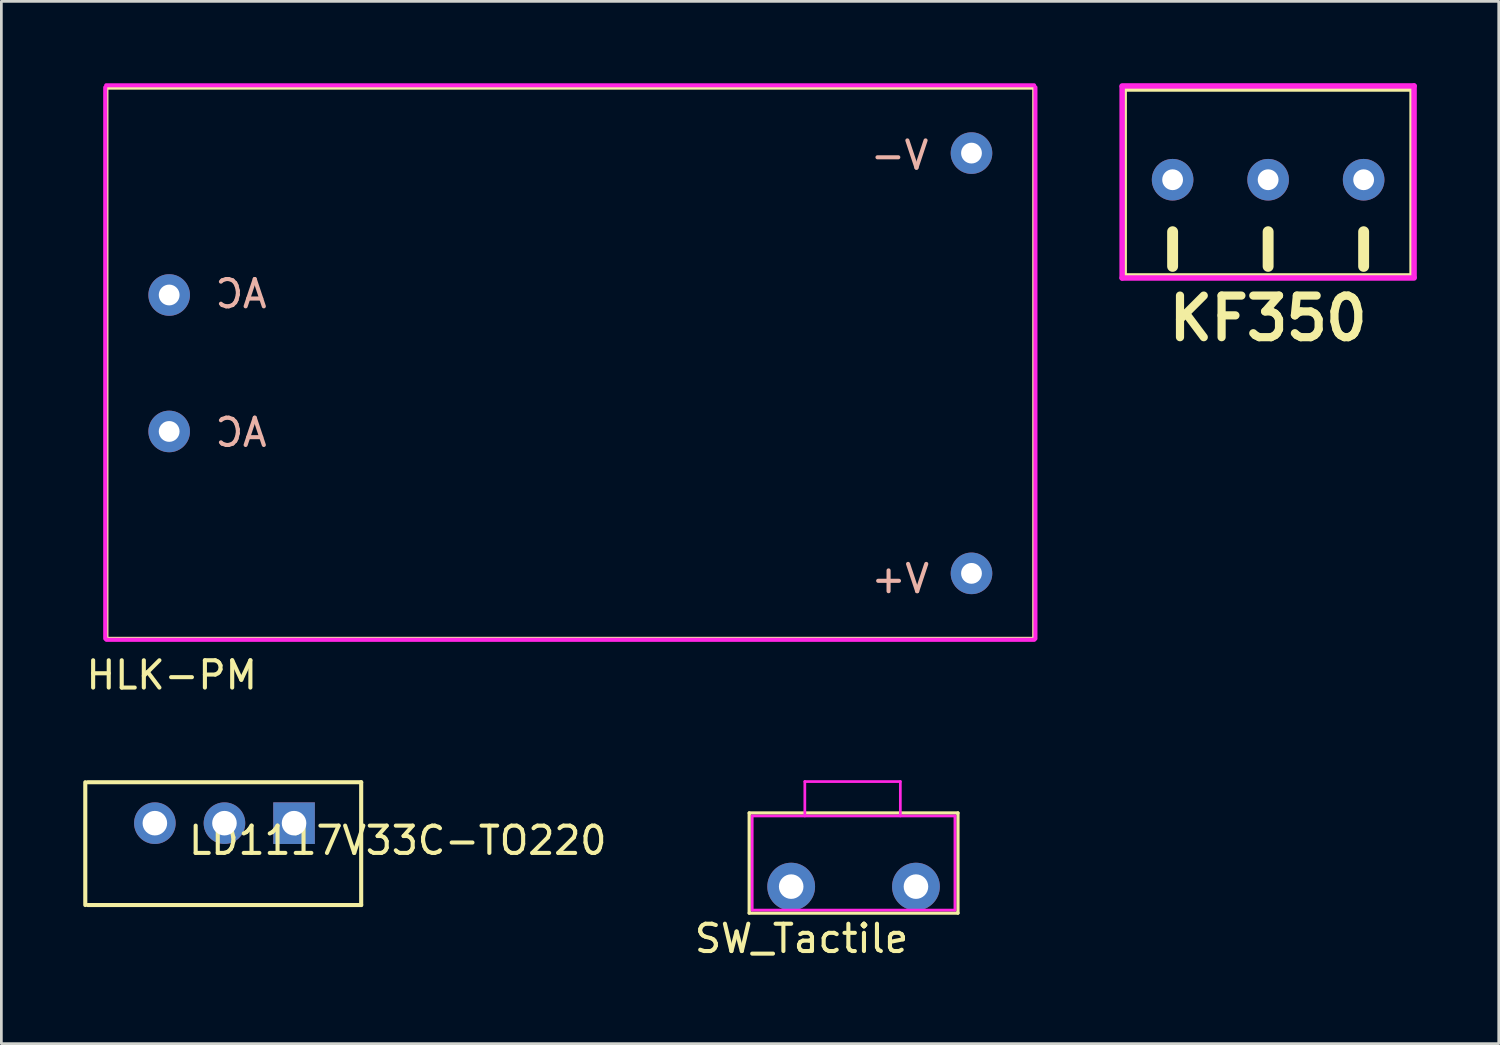
<source format=kicad_pcb>
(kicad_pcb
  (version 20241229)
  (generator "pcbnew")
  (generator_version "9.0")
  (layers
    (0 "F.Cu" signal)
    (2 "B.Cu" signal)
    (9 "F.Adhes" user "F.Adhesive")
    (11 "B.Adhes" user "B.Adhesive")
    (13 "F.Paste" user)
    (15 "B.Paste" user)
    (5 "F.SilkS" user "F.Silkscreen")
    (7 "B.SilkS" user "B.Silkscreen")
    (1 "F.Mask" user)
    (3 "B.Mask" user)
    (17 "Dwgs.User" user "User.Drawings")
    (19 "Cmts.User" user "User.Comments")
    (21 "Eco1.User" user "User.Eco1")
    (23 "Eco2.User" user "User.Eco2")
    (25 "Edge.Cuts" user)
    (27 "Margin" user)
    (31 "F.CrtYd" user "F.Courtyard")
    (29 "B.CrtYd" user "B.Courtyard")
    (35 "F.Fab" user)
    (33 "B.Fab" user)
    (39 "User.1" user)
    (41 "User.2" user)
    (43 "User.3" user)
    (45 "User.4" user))
  (footprint "HLK-PM"
    (layer "F.Cu")
    (at 17.849 10.26)
    (property "Reference" "HLK-PM" (at -14.605 11.43 0) (layer "F.SilkS") (effects (font (size 1 1) (thickness 0.15))))
    (attr through_hole)
    (fp_line (start -17 -10.1) (end 17 -10.1) (stroke (width 0.15) (type solid)) (layer "F.SilkS"))
    (fp_line (start -17 10.1) (end -17 -10.1) (stroke (width 0.15) (type solid)) (layer "F.SilkS"))
    (fp_line (start -17 10.1) (end 17 10.1) (stroke (width 0.15) (type solid)) (layer "F.SilkS"))
    (fp_line (start 17 10.1) (end 17 -10.1) (stroke (width 0.15) (type solid)) (layer "F.SilkS"))
    (fp_line (start -17.043 10.091) (end -17.043 -10.109) (stroke (width 0.15) (type solid)) (layer "F.CrtYd"))
    (fp_line (start -17.007 -10.185) (end 16.993 -10.185) (stroke (width 0.15) (type solid)) (layer "F.CrtYd"))
    (fp_line (start -17 10.135) (end 17 10.135) (stroke (width 0.15) (type solid)) (layer "F.CrtYd"))
    (fp_line (start 17.043 10.091) (end 17.043 -10.109) (stroke (width 0.15) (type solid)) (layer "F.CrtYd"))
    (fp_text user "V+" (at 12.09 7.899 0) (layer "B.SilkS") (effects (font (size 1 1) (thickness 0.15)) (justify mirror)))
    (fp_text user "AC" (at -12.065 -2.54 0) (layer "B.SilkS") (effects (font (size 1 1) (thickness 0.15)) (justify mirror)))
    (fp_text user "V-" (at 12.065 -7.62 0) (layer "B.SilkS") (effects (font (size 1 1) (thickness 0.15)) (justify mirror)))
    (fp_text user "AC" (at -12.065 2.54 0) (layer "B.SilkS") (effects (font (size 1 1) (thickness 0.15)) (justify mirror)))
    (pad "1" thru_hole circle (at -14.7 -2.5) (size 1.524 1.524) (drill 0.762) (layers "*.Cu" "*.Mask"))
    (pad "2" thru_hole circle (at -14.7 2.5) (size 1.524 1.524) (drill 0.762) (layers "*.Cu" "*.Mask"))
    (pad "3" thru_hole circle (at 14.7 -7.7) (size 1.524 1.524) (drill 0.762) (layers "*.Cu" "*.Mask"))
    (pad "4" thru_hole circle (at 14.7 7.7) (size 1.524 1.524) (drill 0.762) (layers "*.Cu" "*.Mask")))
  (footprint "LD1117V33C-TO220"
    (layer "F.Cu")
    (at 5.175 27.114)
    (property "Reference" "LD1117V33C-TO220" (at 6.35 0.635 0) (layer "F.SilkS") (effects (font (size 1 1) (thickness 0.15))))
    (attr through_hole)
    (fp_line (start -5.1 3) (end -5.1 -1.5) (stroke (width 0.15) (type solid)) (layer "F.SilkS"))
    (fp_line (start 5.01 -1.5) (end -5.01 -1.5) (stroke (width 0.15) (type solid)) (layer "F.SilkS"))
    (fp_line (start 5.01 3) (end -5.01 3) (stroke (width 0.15) (type solid)) (layer "F.SilkS"))
    (fp_line (start 5.01 3) (end 5.01 -1.5) (stroke (width 0.15) (type solid)) (layer "F.SilkS"))
    (pad "0" thru_hole rect (at 2.55 0) (size 1.524 1.524) (drill 0.9) (layers "*.Cu" "*.Mask"))
    (pad "1" thru_hole circle (at 0 0) (size 1.524 1.524) (drill 0.9) (layers "*.Cu" "*.Mask"))
    (pad "2" thru_hole circle (at -2.55 0) (size 1.524 1.524) (drill 0.9) (layers "*.Cu" "*.Mask")))
  (footprint "SW_Tactile"
    (layer "F.Cu")
    (at 28.228 28.55)
    (property "Reference" "SW_Tactile" (at -1.905 2.794 0) (layer "F.SilkS") (effects (font (size 1 1) (thickness 0.15))))
    (attr through_hole)
    (fp_line (start -3.824 -1.811) (end -3.824 1.859) (stroke (width 0.12) (type solid)) (layer "F.SilkS"))
    (fp_line (start -3.824 -1.811) (end 3.824 -1.811) (stroke (width 0.12) (type solid)) (layer "F.SilkS"))
    (fp_line (start -3.824 1.859) (end 3.824 1.859) (stroke (width 0.12) (type solid)) (layer "F.SilkS"))
    (fp_line (start 3.824 -1.811) (end 3.824 1.859) (stroke (width 0.12) (type solid)) (layer "F.SilkS"))
    (fp_line (start -3.714 -1.701) (end 3.714 -1.701) (stroke (width 0.1) (type solid)) (layer "F.CrtYd"))
    (fp_line (start -3.714 1.749) (end -3.714 -1.701) (stroke (width 0.1) (type solid)) (layer "F.CrtYd"))
    (fp_line (start -3.714 1.749) (end 3.714 1.749) (stroke (width 0.1) (type solid)) (layer "F.CrtYd"))
    (fp_line (start -1.786 -2.961) (end -1.786 -1.701) (stroke (width 0.1) (type solid)) (layer "F.CrtYd"))
    (fp_line (start -1.786 -2.961) (end 1.714 -2.961) (stroke (width 0.1) (type solid)) (layer "F.CrtYd"))
    (fp_line (start 1.714 -2.961) (end 1.714 -1.701) (stroke (width 0.1) (type solid)) (layer "F.CrtYd"))
    (fp_line (start 3.714 1.749) (end 3.714 -1.701) (stroke (width 0.1) (type solid)) (layer "F.CrtYd"))
    (pad "1" thru_hole circle (at -2.286 0.889) (size 1.75 1.75) (drill 0.9) (layers "*.Cu" "*.Mask"))
    (pad "2" thru_hole circle (at 2.286 0.889) (size 1.75 1.75) (drill 0.9) (layers "*.Cu" "*.Mask")))
  (footprint "KF350"
    (layer "F.Cu")
    (at 43.419 3.536)
    (property "Reference" "KF350" (at 0 5.08 0) (layer "F.SilkS") (effects (font (size 1.524 1.524) (thickness 0.3))))
    (attr through_hole)
    (fp_line (start -5.25 3.5) (end -5.25 -3.3) (stroke (width 0.15) (type solid)) (layer "F.SilkS"))
    (fp_line (start -3.5 1.905) (end -3.5 3.175) (stroke (width 0.4) (type solid)) (layer "F.SilkS"))
    (fp_line (start 0 1.905) (end 0 3.175) (stroke (width 0.4) (type solid)) (layer "F.SilkS"))
    (fp_line (start 3.5 1.905) (end 3.5 3.175) (stroke (width 0.4) (type solid)) (layer "F.SilkS"))
    (fp_line (start 5.25 -3.3) (end -5.25 -3.3) (stroke (width 0.15) (type solid)) (layer "F.SilkS"))
    (fp_line (start 5.25 3.5) (end -5.25 3.5) (stroke (width 0.15) (type solid)) (layer "F.SilkS"))
    (fp_line (start 5.25 3.5) (end 5.25 -3.3) (stroke (width 0.15) (type solid)) (layer "F.SilkS"))
    (fp_line (start -5.35 -3.4) (end -5.35 3.6) (stroke (width 0.2) (type solid)) (layer "F.CrtYd"))
    (fp_line (start -5.35 3.6) (end 5.35 3.6) (stroke (width 0.2) (type solid)) (layer "F.CrtYd"))
    (fp_line (start 5.348 -3.436) (end -5.352 -3.436) (stroke (width 0.2) (type solid)) (layer "F.CrtYd"))
    (fp_line (start 5.348 3.564) (end 5.348 -3.436) (stroke (width 0.2) (type solid)) (layer "F.CrtYd"))
    (pad "1" thru_hole circle (at -3.5 0) (size 1.524 1.524) (drill 0.762) (layers "*.Cu" "*.Mask"))
    (pad "2" thru_hole circle (at 0 0) (size 1.524 1.524) (drill 0.762) (layers "*.Cu" "*.Mask"))
    (pad "3" thru_hole circle (at 3.5 0) (size 1.524 1.524) (drill 0.762) (layers "*.Cu" "*.Mask")))
  (gr_rect
    (start -3 -3)
    (end 51.869 35.192)
    (stroke (width 0.1) (type default))
    (fill no)
    (layer "Edge.Cuts")))
</source>
